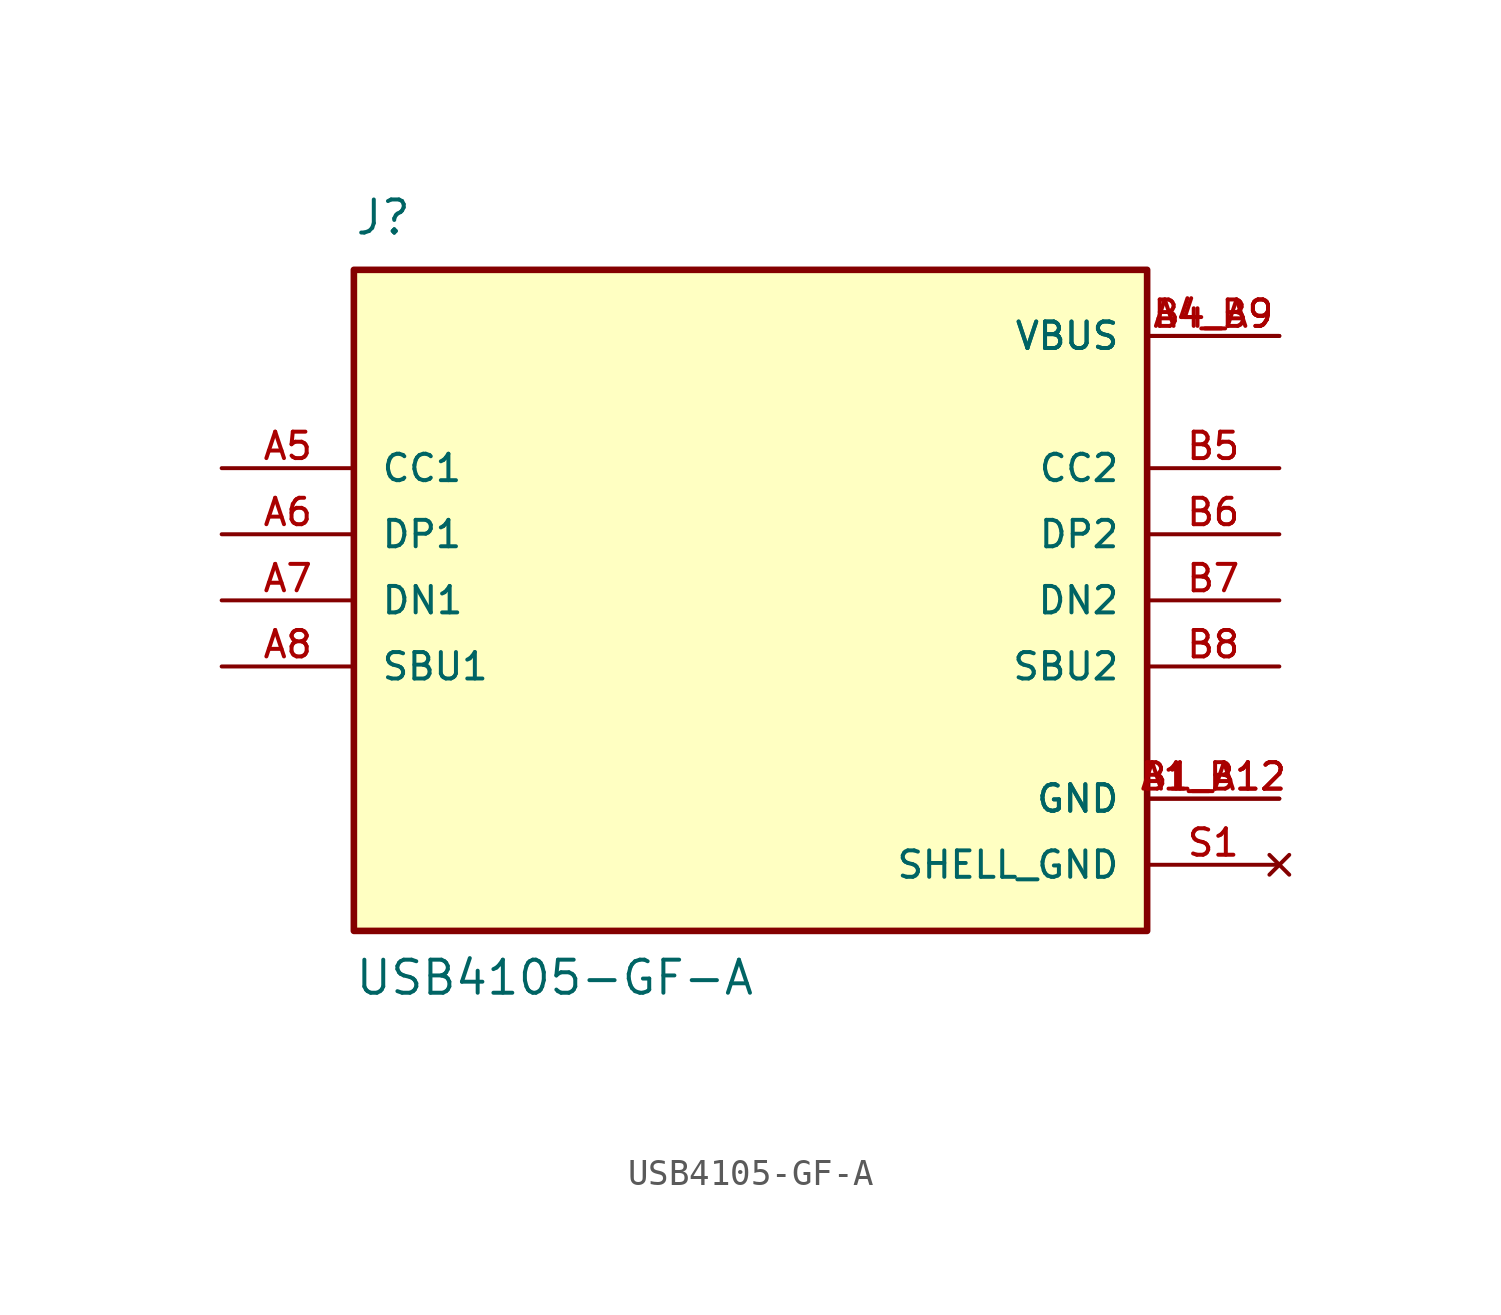
<source format=kicad_sym>
(kicad_symbol_lib
  (version 20220914)
  (generator kicad_symbol_editor)
  (symbol "USB4105-GF-A"
    (pin_names
      (offset 1.016))
    (property "Reference" "J"
      (at -15.24 13.97 0)
      (effects (font (size 1.27 1.27)) (justify left bottom)))
    (property "Value" "USB4105-GF-A"
      (at -15.24 -15.24 0)
      (effects (font (size 1.27 1.27)) (justify left bottom)))
    (property "ki_locked" ""
      (at 0 0 0)
      (effects (font (size 1.27 1.27))))
    (symbol "USB4105-GF-A_0_0"
      (rectangle (start -15.24 -12.7) (end 15.24 12.7) (stroke (width 0.254) (type solid)) (fill (type background)))
      (pin power_in line (at 20.32 -7.62 180) (length 5.08) (name "GND" (effects (font (size 1.016 1.016)))) (number "A1_B12" (effects (font (size 1.016 1.016)))))
      (pin power_in line (at 20.32 10.16 180) (length 5.08) (name "VBUS" (effects (font (size 1.016 1.016)))) (number "A4_B9" (effects (font (size 1.016 1.016)))))
      (pin bidirectional line (at -20.32 5.08 0) (length 5.08) (name "CC1" (effects (font (size 1.016 1.016)))) (number "A5" (effects (font (size 1.016 1.016)))))
      (pin bidirectional line (at -20.32 2.54 0) (length 5.08) (name "DP1" (effects (font (size 1.016 1.016)))) (number "A6" (effects (font (size 1.016 1.016)))))
      (pin bidirectional line (at -20.32 0 0) (length 5.08) (name "DN1" (effects (font (size 1.016 1.016)))) (number "A7" (effects (font (size 1.016 1.016)))))
      (pin bidirectional line (at -20.32 -2.54 0) (length 5.08) (name "SBU1" (effects (font (size 1.016 1.016)))) (number "A8" (effects (font (size 1.016 1.016)))))
      (pin power_in line (at 20.32 -7.62 180) (length 5.08) (name "GND" (effects (font (size 1.016 1.016)))) (number "B1_A12" (effects (font (size 1.016 1.016)))))
      (pin power_in line (at 20.32 10.16 180) (length 5.08) (name "VBUS" (effects (font (size 1.016 1.016)))) (number "B4_A9" (effects (font (size 1.016 1.016)))))
      (pin bidirectional line (at 20.32 5.08 180) (length 5.08) (name "CC2" (effects (font (size 1.016 1.016)))) (number "B5" (effects (font (size 1.016 1.016)))))
      (pin bidirectional line (at 20.32 2.54 180) (length 5.08) (name "DP2" (effects (font (size 1.016 1.016)))) (number "B6" (effects (font (size 1.016 1.016)))))
      (pin bidirectional line (at 20.32 0 180) (length 5.08) (name "DN2" (effects (font (size 1.016 1.016)))) (number "B7" (effects (font (size 1.016 1.016)))))
      (pin bidirectional line (at 20.32 -2.54 180) (length 5.08) (name "SBU2" (effects (font (size 1.016 1.016)))) (number "B8" (effects (font (size 1.016 1.016)))))
      (pin no_connect line (at 20.32 -10.16 180) (length 5.08) (name "SHELL_GND" (effects (font (size 1.016 1.016)))) (number "S1" (effects (font (size 1.016 1.016)))))
      (pin no_connect line (at 1.27 -17.78 90) (length 5.08) hide (name "SHELL_GND" (effects (font (size 1.016 1.016)))) (number "S2" (effects (font (size 1.016 1.016)))))
      (pin no_connect line (at 2.54 -17.78 90) (length 5.08) hide (name "SHELL_GND" (effects (font (size 1.016 1.016)))) (number "S3" (effects (font (size 1.016 1.016)))))
      (pin no_connect line (at 3.81 -17.78 90) (length 5.08) hide (name "SHELL_GND" (effects (font (size 1.016 1.016)))) (number "S4" (effects (font (size 1.016 1.016))))))))
</source>
